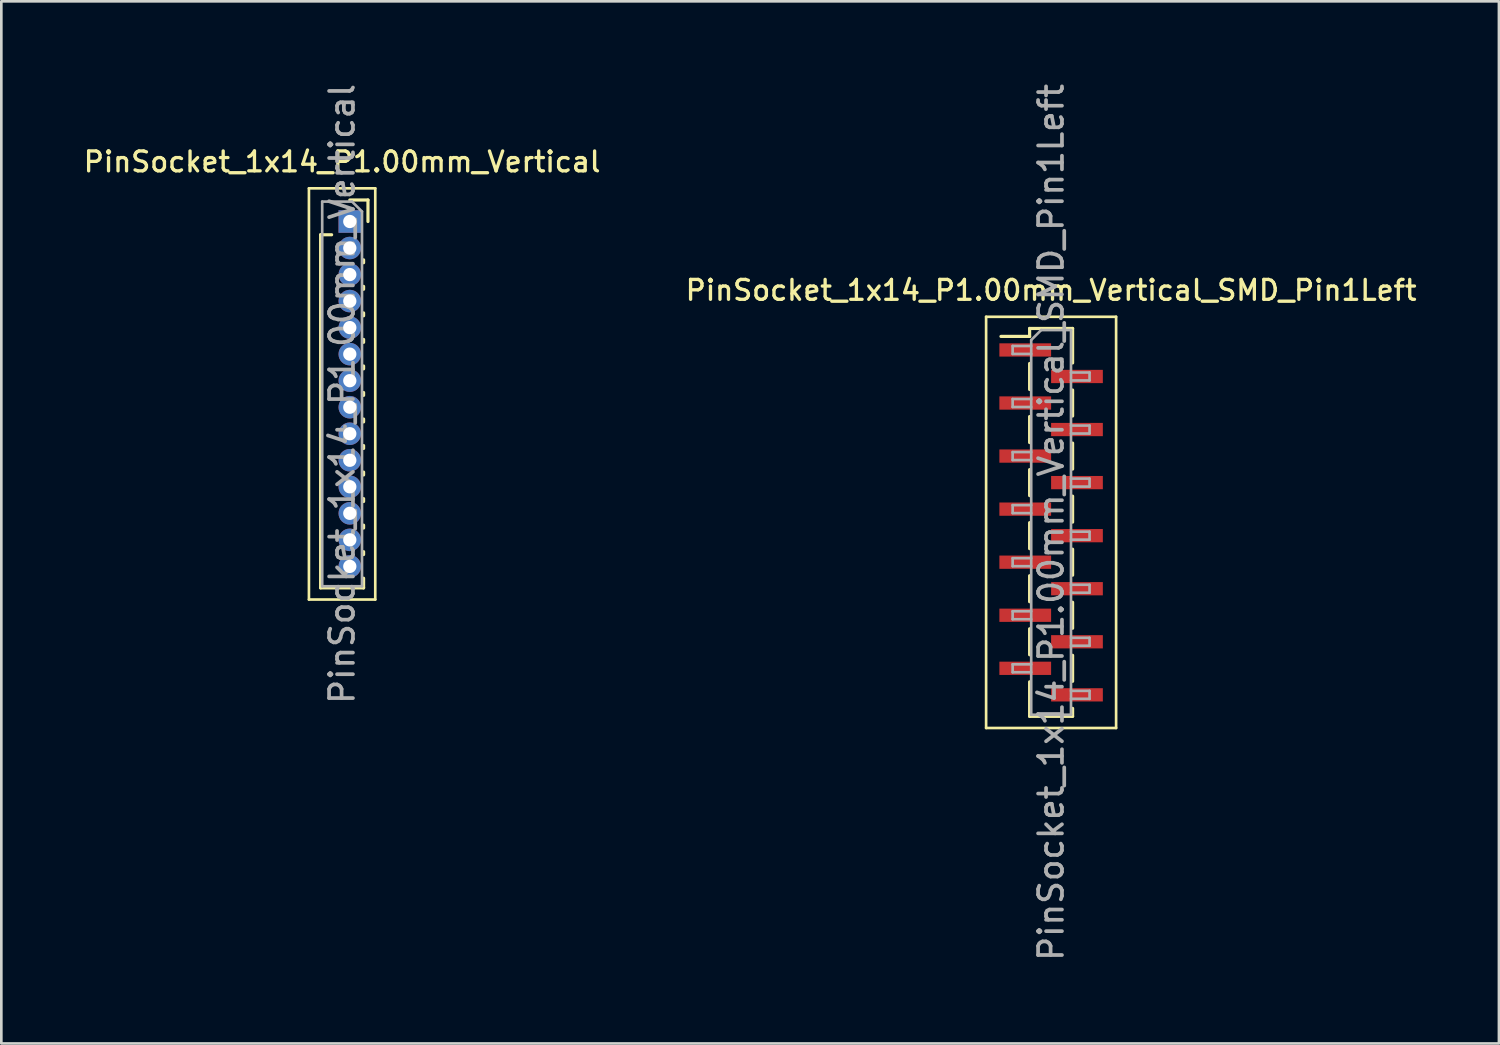
<source format=kicad_pcb>
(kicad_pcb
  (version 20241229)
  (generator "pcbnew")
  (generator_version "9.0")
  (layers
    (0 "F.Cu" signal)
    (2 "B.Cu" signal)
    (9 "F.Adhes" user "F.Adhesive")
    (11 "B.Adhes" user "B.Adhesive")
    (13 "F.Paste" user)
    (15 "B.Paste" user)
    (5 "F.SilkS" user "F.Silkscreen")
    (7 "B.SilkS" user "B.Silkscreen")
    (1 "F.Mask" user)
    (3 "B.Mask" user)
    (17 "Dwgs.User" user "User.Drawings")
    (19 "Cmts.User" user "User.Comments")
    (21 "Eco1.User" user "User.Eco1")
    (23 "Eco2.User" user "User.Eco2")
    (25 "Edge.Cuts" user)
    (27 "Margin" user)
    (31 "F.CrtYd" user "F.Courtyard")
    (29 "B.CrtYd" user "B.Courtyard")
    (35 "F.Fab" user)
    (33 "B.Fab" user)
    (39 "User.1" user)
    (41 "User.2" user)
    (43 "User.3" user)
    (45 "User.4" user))
  (footprint "PinSocket_1x14_P1.00mm_Vertical_SMD_Pin1Left"
    (layer "F.Cu")
    (at 36.57 16.641)
    (property "Reference" "PinSocket_1x14_P1.00mm_Vertical_SMD_Pin1Left" (at 0 -8.75 0) (layer "F.SilkS") (effects (font (size 0.75 0.75) (thickness 0.125))))
    (attr smd)
    (fp_line (start -2.45 -7.75) (end 2.45 -7.75) (stroke (width 0.1) (type solid)) (layer "F.SilkS"))
    (fp_line (start -2.45 7.75) (end -2.45 -7.75) (stroke (width 0.1) (type solid)) (layer "F.SilkS"))
    (fp_line (start -1.89 -7.01) (end -0.81 -7.01) (stroke (width 0.12) (type solid)) (layer "F.SilkS"))
    (fp_line (start -0.81 -7.31) (end -0.81 -7.01) (stroke (width 0.12) (type solid)) (layer "F.SilkS"))
    (fp_line (start -0.81 -7.31) (end 0.81 -7.31) (stroke (width 0.12) (type solid)) (layer "F.SilkS"))
    (fp_line (start -0.81 -5.99) (end -0.81 -5.01) (stroke (width 0.12) (type solid)) (layer "F.SilkS"))
    (fp_line (start -0.81 -3.99) (end -0.81 -3.01) (stroke (width 0.12) (type solid)) (layer "F.SilkS"))
    (fp_line (start -0.81 -1.99) (end -0.81 -1.01) (stroke (width 0.12) (type solid)) (layer "F.SilkS"))
    (fp_line (start -0.81 0.01) (end -0.81 0.99) (stroke (width 0.12) (type solid)) (layer "F.SilkS"))
    (fp_line (start -0.81 2.01) (end -0.81 2.99) (stroke (width 0.12) (type solid)) (layer "F.SilkS"))
    (fp_line (start -0.81 4.01) (end -0.81 4.99) (stroke (width 0.12) (type solid)) (layer "F.SilkS"))
    (fp_line (start -0.81 6.01) (end -0.81 7.31) (stroke (width 0.12) (type solid)) (layer "F.SilkS"))
    (fp_line (start -0.81 7.31) (end 0.81 7.31) (stroke (width 0.12) (type solid)) (layer "F.SilkS"))
    (fp_line (start 0.81 -7.31) (end 0.81 -6.01) (stroke (width 0.12) (type solid)) (layer "F.SilkS"))
    (fp_line (start 0.81 -4.99) (end 0.81 -4.01) (stroke (width 0.12) (type solid)) (layer "F.SilkS"))
    (fp_line (start 0.81 -2.99) (end 0.81 -2.01) (stroke (width 0.12) (type solid)) (layer "F.SilkS"))
    (fp_line (start 0.81 -0.99) (end 0.81 -0.01) (stroke (width 0.12) (type solid)) (layer "F.SilkS"))
    (fp_line (start 0.81 1.01) (end 0.81 1.99) (stroke (width 0.12) (type solid)) (layer "F.SilkS"))
    (fp_line (start 0.81 3.01) (end 0.81 3.99) (stroke (width 0.12) (type solid)) (layer "F.SilkS"))
    (fp_line (start 0.81 5.01) (end 0.81 5.99) (stroke (width 0.12) (type solid)) (layer "F.SilkS"))
    (fp_line (start 0.81 7.01) (end 0.81 7.31) (stroke (width 0.12) (type solid)) (layer "F.SilkS"))
    (fp_line (start 2.45 -7.75) (end 2.45 7.75) (stroke (width 0.1) (type solid)) (layer "F.SilkS"))
    (fp_line (start 2.45 7.75) (end -2.45 7.75) (stroke (width 0.1) (type solid)) (layer "F.SilkS"))
    (fp_line (start -1.45 -6.65) (end -0.75 -6.65) (stroke (width 0.1) (type solid)) (layer "F.Fab"))
    (fp_line (start -1.45 -6.35) (end -1.45 -6.65) (stroke (width 0.1) (type solid)) (layer "F.Fab"))
    (fp_line (start -1.45 -4.65) (end -0.75 -4.65) (stroke (width 0.1) (type solid)) (layer "F.Fab"))
    (fp_line (start -1.45 -4.35) (end -1.45 -4.65) (stroke (width 0.1) (type solid)) (layer "F.Fab"))
    (fp_line (start -1.45 -2.65) (end -0.75 -2.65) (stroke (width 0.1) (type solid)) (layer "F.Fab"))
    (fp_line (start -1.45 -2.35) (end -1.45 -2.65) (stroke (width 0.1) (type solid)) (layer "F.Fab"))
    (fp_line (start -1.45 -0.65) (end -0.75 -0.65) (stroke (width 0.1) (type solid)) (layer "F.Fab"))
    (fp_line (start -1.45 -0.35) (end -1.45 -0.65) (stroke (width 0.1) (type solid)) (layer "F.Fab"))
    (fp_line (start -1.45 1.35) (end -0.75 1.35) (stroke (width 0.1) (type solid)) (layer "F.Fab"))
    (fp_line (start -1.45 1.65) (end -1.45 1.35) (stroke (width 0.1) (type solid)) (layer "F.Fab"))
    (fp_line (start -1.45 3.35) (end -0.75 3.35) (stroke (width 0.1) (type solid)) (layer "F.Fab"))
    (fp_line (start -1.45 3.65) (end -1.45 3.35) (stroke (width 0.1) (type solid)) (layer "F.Fab"))
    (fp_line (start -1.45 5.35) (end -0.75 5.35) (stroke (width 0.1) (type solid)) (layer "F.Fab"))
    (fp_line (start -1.45 5.65) (end -1.45 5.35) (stroke (width 0.1) (type solid)) (layer "F.Fab"))
    (fp_line (start -0.75 -6.875) (end -0.375 -7.25) (stroke (width 0.1) (type solid)) (layer "F.Fab"))
    (fp_line (start -0.75 -6.35) (end -1.45 -6.35) (stroke (width 0.1) (type solid)) (layer "F.Fab"))
    (fp_line (start -0.75 -4.35) (end -1.45 -4.35) (stroke (width 0.1) (type solid)) (layer "F.Fab"))
    (fp_line (start -0.75 -2.35) (end -1.45 -2.35) (stroke (width 0.1) (type solid)) (layer "F.Fab"))
    (fp_line (start -0.75 -0.35) (end -1.45 -0.35) (stroke (width 0.1) (type solid)) (layer "F.Fab"))
    (fp_line (start -0.75 1.65) (end -1.45 1.65) (stroke (width 0.1) (type solid)) (layer "F.Fab"))
    (fp_line (start -0.75 3.65) (end -1.45 3.65) (stroke (width 0.1) (type solid)) (layer "F.Fab"))
    (fp_line (start -0.75 5.65) (end -1.45 5.65) (stroke (width 0.1) (type solid)) (layer "F.Fab"))
    (fp_line (start -0.75 7.25) (end -0.75 -6.875) (stroke (width 0.1) (type solid)) (layer "F.Fab"))
    (fp_line (start -0.375 -7.25) (end 0.75 -7.25) (stroke (width 0.1) (type solid)) (layer "F.Fab"))
    (fp_line (start 0.75 -7.25) (end 0.75 7.25) (stroke (width 0.1) (type solid)) (layer "F.Fab"))
    (fp_line (start 0.75 -5.65) (end 1.45 -5.65) (stroke (width 0.1) (type solid)) (layer "F.Fab"))
    (fp_line (start 0.75 -3.65) (end 1.45 -3.65) (stroke (width 0.1) (type solid)) (layer "F.Fab"))
    (fp_line (start 0.75 -1.65) (end 1.45 -1.65) (stroke (width 0.1) (type solid)) (layer "F.Fab"))
    (fp_line (start 0.75 0.35) (end 1.45 0.35) (stroke (width 0.1) (type solid)) (layer "F.Fab"))
    (fp_line (start 0.75 2.35) (end 1.45 2.35) (stroke (width 0.1) (type solid)) (layer "F.Fab"))
    (fp_line (start 0.75 4.35) (end 1.45 4.35) (stroke (width 0.1) (type solid)) (layer "F.Fab"))
    (fp_line (start 0.75 6.35) (end 1.45 6.35) (stroke (width 0.1) (type solid)) (layer "F.Fab"))
    (fp_line (start 0.75 7.25) (end -0.75 7.25) (stroke (width 0.1) (type solid)) (layer "F.Fab"))
    (fp_line (start 1.45 -5.65) (end 1.45 -5.35) (stroke (width 0.1) (type solid)) (layer "F.Fab"))
    (fp_line (start 1.45 -5.35) (end 0.75 -5.35) (stroke (width 0.1) (type solid)) (layer "F.Fab"))
    (fp_line (start 1.45 -3.65) (end 1.45 -3.35) (stroke (width 0.1) (type solid)) (layer "F.Fab"))
    (fp_line (start 1.45 -3.35) (end 0.75 -3.35) (stroke (width 0.1) (type solid)) (layer "F.Fab"))
    (fp_line (start 1.45 -1.65) (end 1.45 -1.35) (stroke (width 0.1) (type solid)) (layer "F.Fab"))
    (fp_line (start 1.45 -1.35) (end 0.75 -1.35) (stroke (width 0.1) (type solid)) (layer "F.Fab"))
    (fp_line (start 1.45 0.35) (end 1.45 0.65) (stroke (width 0.1) (type solid)) (layer "F.Fab"))
    (fp_line (start 1.45 0.65) (end 0.75 0.65) (stroke (width 0.1) (type solid)) (layer "F.Fab"))
    (fp_line (start 1.45 2.35) (end 1.45 2.65) (stroke (width 0.1) (type solid)) (layer "F.Fab"))
    (fp_line (start 1.45 2.65) (end 0.75 2.65) (stroke (width 0.1) (type solid)) (layer "F.Fab"))
    (fp_line (start 1.45 4.35) (end 1.45 4.65) (stroke (width 0.1) (type solid)) (layer "F.Fab"))
    (fp_line (start 1.45 4.65) (end 0.75 4.65) (stroke (width 0.1) (type solid)) (layer "F.Fab"))
    (fp_line (start 1.45 6.35) (end 1.45 6.65) (stroke (width 0.1) (type solid)) (layer "F.Fab"))
    (fp_line (start 1.45 6.65) (end 0.75 6.65) (stroke (width 0.1) (type solid)) (layer "F.Fab"))
    (fp_text user "${REFERENCE}" (at 0 0 90) (layer "F.Fab") (effects (font (size 0.9 0.9) (thickness 0.14))))
    (pad "1" smd rect (at -0.975 -6.5) (size 1.95 0.5) (layers "F.Cu" "F.Mask" "F.Paste"))
    (pad "2" smd rect (at 0.975 -5.5) (size 1.95 0.5) (layers "F.Cu" "F.Mask" "F.Paste"))
    (pad "3" smd rect (at -0.975 -4.5) (size 1.95 0.5) (layers "F.Cu" "F.Mask" "F.Paste"))
    (pad "4" smd rect (at 0.975 -3.5) (size 1.95 0.5) (layers "F.Cu" "F.Mask" "F.Paste"))
    (pad "5" smd rect (at -0.975 -2.5) (size 1.95 0.5) (layers "F.Cu" "F.Mask" "F.Paste"))
    (pad "6" smd rect (at 0.975 -1.5) (size 1.95 0.5) (layers "F.Cu" "F.Mask" "F.Paste"))
    (pad "7" smd rect (at -0.975 -0.5) (size 1.95 0.5) (layers "F.Cu" "F.Mask" "F.Paste"))
    (pad "8" smd rect (at 0.975 0.5) (size 1.95 0.5) (layers "F.Cu" "F.Mask" "F.Paste"))
    (pad "9" smd rect (at -0.975 1.5) (size 1.95 0.5) (layers "F.Cu" "F.Mask" "F.Paste"))
    (pad "10" smd rect (at 0.975 2.5) (size 1.95 0.5) (layers "F.Cu" "F.Mask" "F.Paste"))
    (pad "11" smd rect (at -0.975 3.5) (size 1.95 0.5) (layers "F.Cu" "F.Mask" "F.Paste"))
    (pad "12" smd rect (at 0.975 4.5) (size 1.95 0.5) (layers "F.Cu" "F.Mask" "F.Paste"))
    (pad "13" smd rect (at -0.975 5.5) (size 1.95 0.5) (layers "F.Cu" "F.Mask" "F.Paste"))
    (pad "14" smd rect (at 0.975 6.5) (size 1.95 0.5) (layers "F.Cu" "F.Mask" "F.Paste")))
  (footprint "PinSocket_1x14_P1.00mm_Vertical"
    (layer "F.Cu")
    (at 10.135 5.299)
    (property "Reference" "PinSocket_1x14_P1.00mm_Vertical" (at -0.29 -2.25 0) (layer "F.SilkS") (effects (font (size 0.75 0.75) (thickness 0.125))))
    (attr through_hole)
    (fp_line (start -1.54 -1.25) (end 0.96 -1.25) (stroke (width 0.1) (type solid)) (layer "F.SilkS"))
    (fp_line (start -1.54 14.25) (end -1.54 -1.25) (stroke (width 0.1) (type solid)) (layer "F.SilkS"))
    (fp_line (start -1.1 0.5) (end -1.1 13.81) (stroke (width 0.12) (type solid)) (layer "F.SilkS"))
    (fp_line (start -1.1 0.5) (end -0.685 0.5) (stroke (width 0.12) (type solid)) (layer "F.SilkS"))
    (fp_line (start -1.1 13.81) (end 0.52 13.81) (stroke (width 0.12) (type solid)) (layer "F.SilkS"))
    (fp_line (start 0 -0.81) (end 0.685 -0.81) (stroke (width 0.12) (type solid)) (layer "F.SilkS"))
    (fp_line (start 0.52 1.446) (end 0.52 1.554) (stroke (width 0.12) (type solid)) (layer "F.SilkS"))
    (fp_line (start 0.52 2.446) (end 0.52 2.554) (stroke (width 0.12) (type solid)) (layer "F.SilkS"))
    (fp_line (start 0.52 3.446) (end 0.52 3.554) (stroke (width 0.12) (type solid)) (layer "F.SilkS"))
    (fp_line (start 0.52 4.446) (end 0.52 4.554) (stroke (width 0.12) (type solid)) (layer "F.SilkS"))
    (fp_line (start 0.52 5.446) (end 0.52 5.554) (stroke (width 0.12) (type solid)) (layer "F.SilkS"))
    (fp_line (start 0.52 6.446) (end 0.52 6.554) (stroke (width 0.12) (type solid)) (layer "F.SilkS"))
    (fp_line (start 0.52 7.446) (end 0.52 7.554) (stroke (width 0.12) (type solid)) (layer "F.SilkS"))
    (fp_line (start 0.52 8.446) (end 0.52 8.554) (stroke (width 0.12) (type solid)) (layer "F.SilkS"))
    (fp_line (start 0.52 9.446) (end 0.52 9.554) (stroke (width 0.12) (type solid)) (layer "F.SilkS"))
    (fp_line (start 0.52 10.446) (end 0.52 10.554) (stroke (width 0.12) (type solid)) (layer "F.SilkS"))
    (fp_line (start 0.52 11.446) (end 0.52 11.554) (stroke (width 0.12) (type solid)) (layer "F.SilkS"))
    (fp_line (start 0.52 12.446) (end 0.52 12.554) (stroke (width 0.12) (type solid)) (layer "F.SilkS"))
    (fp_line (start 0.52 13.446) (end 0.52 13.81) (stroke (width 0.12) (type solid)) (layer "F.SilkS"))
    (fp_line (start 0.685 -0.81) (end 0.685 0) (stroke (width 0.12) (type solid)) (layer "F.SilkS"))
    (fp_line (start 0.96 -1.25) (end 0.96 14.25) (stroke (width 0.1) (type solid)) (layer "F.SilkS"))
    (fp_line (start 0.96 14.25) (end -1.54 14.25) (stroke (width 0.1) (type solid)) (layer "F.SilkS"))
    (fp_line (start -1.04 -0.75) (end 0.085 -0.75) (stroke (width 0.1) (type solid)) (layer "F.Fab"))
    (fp_line (start -1.04 13.75) (end -1.04 -0.75) (stroke (width 0.1) (type solid)) (layer "F.Fab"))
    (fp_line (start 0.085 -0.75) (end 0.46 -0.375) (stroke (width 0.1) (type solid)) (layer "F.Fab"))
    (fp_line (start 0.46 -0.375) (end 0.46 13.75) (stroke (width 0.1) (type solid)) (layer "F.Fab"))
    (fp_line (start 0.46 13.75) (end -1.04 13.75) (stroke (width 0.1) (type solid)) (layer "F.Fab"))
    (fp_text user "${REFERENCE}" (at -0.29 6.5 90) (layer "F.Fab") (effects (font (size 0.9 0.9) (thickness 0.14))))
    (pad "1" thru_hole rect (at 0 0) (size 0.85 0.85) (drill 0.5) (layers "*.Cu" "*.Mask"))
    (pad "2" thru_hole oval (at 0 1) (size 0.85 0.85) (drill 0.5) (layers "*.Cu" "*.Mask"))
    (pad "3" thru_hole oval (at 0 2) (size 0.85 0.85) (drill 0.5) (layers "*.Cu" "*.Mask"))
    (pad "4" thru_hole oval (at 0 3) (size 0.85 0.85) (drill 0.5) (layers "*.Cu" "*.Mask"))
    (pad "5" thru_hole oval (at 0 4) (size 0.85 0.85) (drill 0.5) (layers "*.Cu" "*.Mask"))
    (pad "6" thru_hole oval (at 0 5) (size 0.85 0.85) (drill 0.5) (layers "*.Cu" "*.Mask"))
    (pad "7" thru_hole oval (at 0 6) (size 0.85 0.85) (drill 0.5) (layers "*.Cu" "*.Mask"))
    (pad "8" thru_hole oval (at 0 7) (size 0.85 0.85) (drill 0.5) (layers "*.Cu" "*.Mask"))
    (pad "9" thru_hole oval (at 0 8) (size 0.85 0.85) (drill 0.5) (layers "*.Cu" "*.Mask"))
    (pad "10" thru_hole oval (at 0 9) (size 0.85 0.85) (drill 0.5) (layers "*.Cu" "*.Mask"))
    (pad "11" thru_hole oval (at 0 10) (size 0.85 0.85) (drill 0.5) (layers "*.Cu" "*.Mask"))
    (pad "12" thru_hole oval (at 0 11) (size 0.85 0.85) (drill 0.5) (layers "*.Cu" "*.Mask"))
    (pad "13" thru_hole oval (at 0 12) (size 0.85 0.85) (drill 0.5) (layers "*.Cu" "*.Mask"))
    (pad "14" thru_hole oval (at 0 13) (size 0.85 0.85) (drill 0.5) (layers "*.Cu" "*.Mask")))
  (gr_rect
    (start -3 -3)
    (end 53.45 36.283)
    (stroke (width 0.1) (type default))
    (fill no)
    (layer "Edge.Cuts")))
</source>
